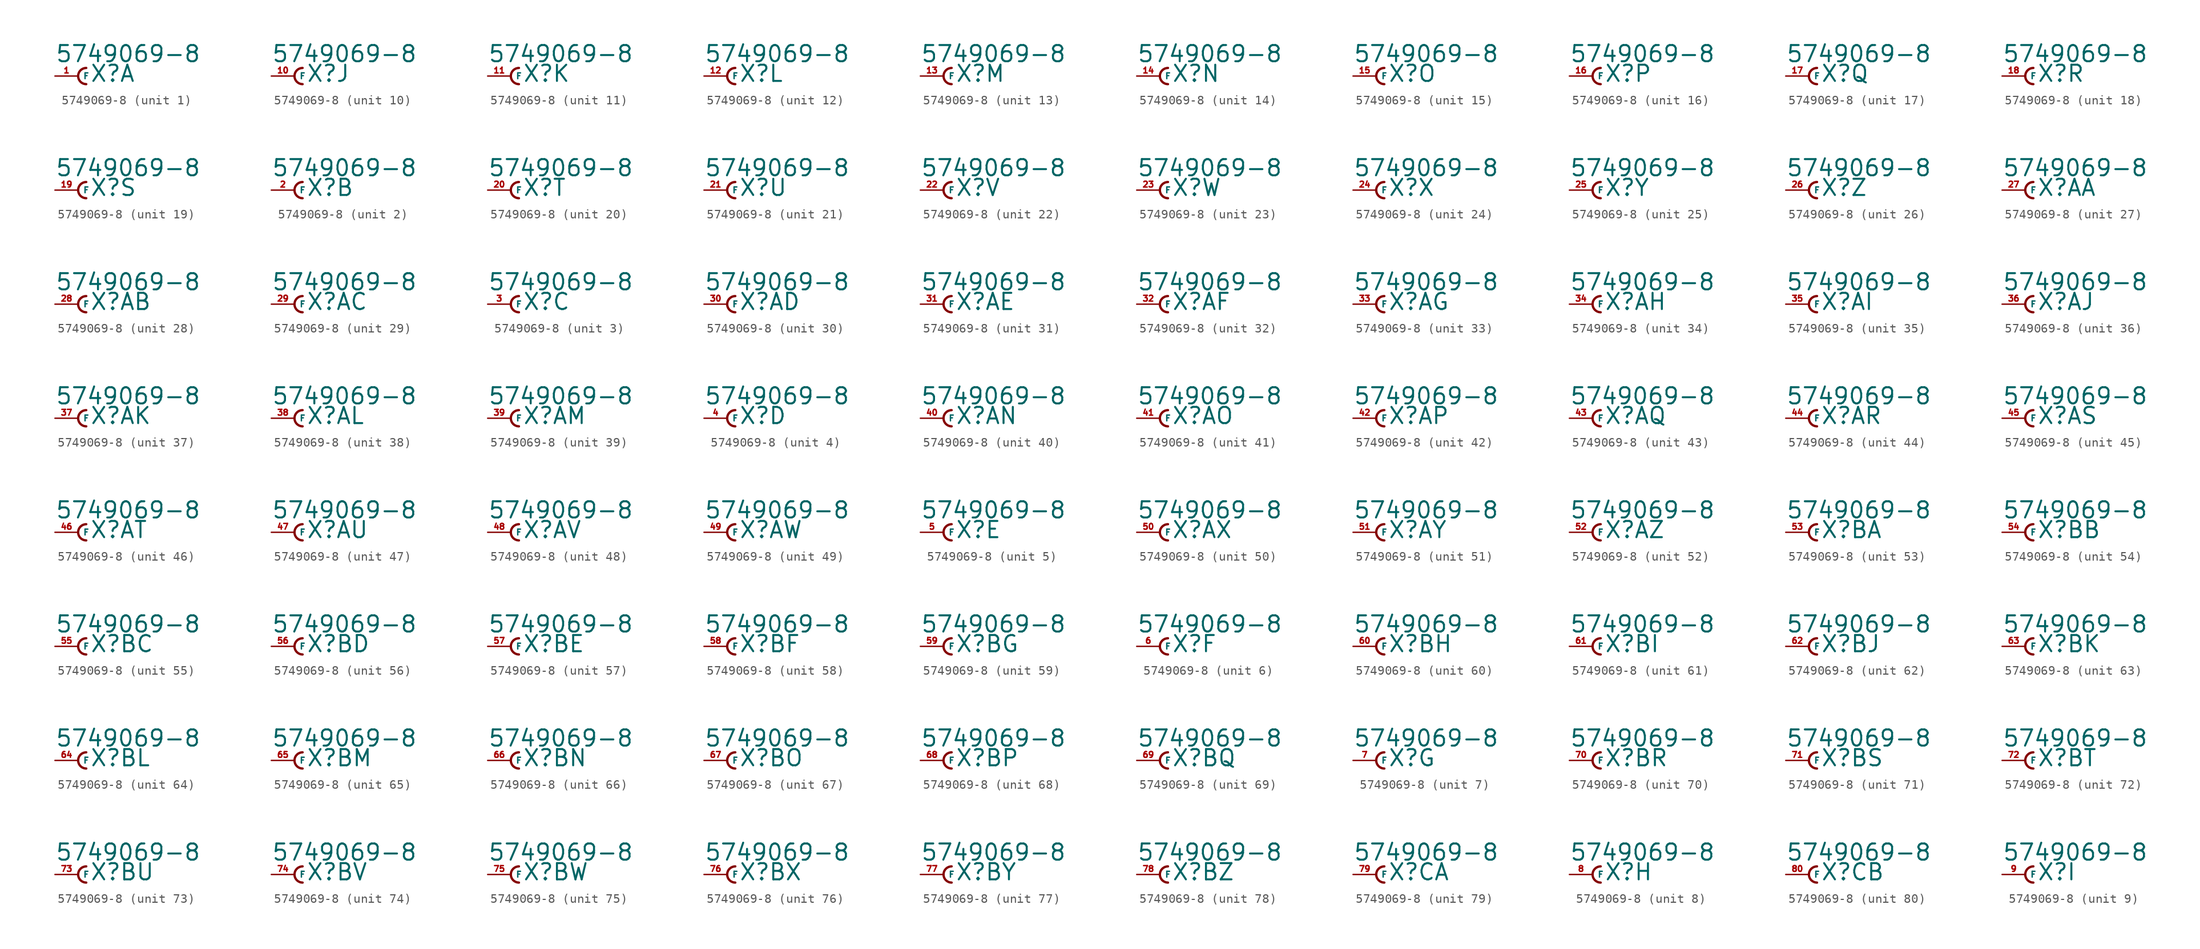
<source format=kicad_sym>
(kicad_symbol_lib
  (version 20220914)
  (generator Eagle2Kicad)
  (symbol "5749069-8"
    (property "Reference" "X"
      (at 1.27 -0.762 0)
      (effects (font (size 1.778 1.778) (thickness 0.22)) (justify left bottom)))
    (property "Value" "5749069-8"
      (at -2.54 1.397 0)
      (effects (font (size 1.778 1.778) (thickness 0.22)) (justify left bottom)))
    (symbol "5749069-8_1_0"
      (arc (start 0.889 0.889) (mid 0.000 0.000) (end 0.889 -0.889) (stroke (width 0.254) (type default)) (fill (type none)))
      (pin passive line (at -2.54 0 0) (length 2.54) (name "F" (effects (font (size 0.635 0.635) (thickness 0.08)) (justify left bottom))) (number "1" (effects (font (size 0.635 0.635) (thickness 0.08)) (justify left bottom)))))
    (symbol "5749069-8_2_0"
      (arc (start 0.889 0.889) (mid 0.000 0.000) (end 0.889 -0.889) (stroke (width 0.254) (type default)) (fill (type none)))
      (pin passive line (at -2.54 0 0) (length 2.54) (name "F" (effects (font (size 0.635 0.635) (thickness 0.08)) (justify left bottom))) (number "2" (effects (font (size 0.635 0.635) (thickness 0.08)) (justify left bottom)))))
    (symbol "5749069-8_3_0"
      (arc (start 0.889 0.889) (mid 0.000 0.000) (end 0.889 -0.889) (stroke (width 0.254) (type default)) (fill (type none)))
      (pin passive line (at -2.54 0 0) (length 2.54) (name "F" (effects (font (size 0.635 0.635) (thickness 0.08)) (justify left bottom))) (number "3" (effects (font (size 0.635 0.635) (thickness 0.08)) (justify left bottom)))))
    (symbol "5749069-8_4_0"
      (arc (start 0.889 0.889) (mid 0.000 0.000) (end 0.889 -0.889) (stroke (width 0.254) (type default)) (fill (type none)))
      (pin passive line (at -2.54 0 0) (length 2.54) (name "F" (effects (font (size 0.635 0.635) (thickness 0.08)) (justify left bottom))) (number "4" (effects (font (size 0.635 0.635) (thickness 0.08)) (justify left bottom)))))
    (symbol "5749069-8_5_0"
      (arc (start 0.889 0.889) (mid 0.000 0.000) (end 0.889 -0.889) (stroke (width 0.254) (type default)) (fill (type none)))
      (pin passive line (at -2.54 0 0) (length 2.54) (name "F" (effects (font (size 0.635 0.635) (thickness 0.08)) (justify left bottom))) (number "5" (effects (font (size 0.635 0.635) (thickness 0.08)) (justify left bottom)))))
    (symbol "5749069-8_6_0"
      (arc (start 0.889 0.889) (mid 0.000 0.000) (end 0.889 -0.889) (stroke (width 0.254) (type default)) (fill (type none)))
      (pin passive line (at -2.54 0 0) (length 2.54) (name "F" (effects (font (size 0.635 0.635) (thickness 0.08)) (justify left bottom))) (number "6" (effects (font (size 0.635 0.635) (thickness 0.08)) (justify left bottom)))))
    (symbol "5749069-8_7_0"
      (arc (start 0.889 0.889) (mid 0.000 0.000) (end 0.889 -0.889) (stroke (width 0.254) (type default)) (fill (type none)))
      (pin passive line (at -2.54 0 0) (length 2.54) (name "F" (effects (font (size 0.635 0.635) (thickness 0.08)) (justify left bottom))) (number "7" (effects (font (size 0.635 0.635) (thickness 0.08)) (justify left bottom)))))
    (symbol "5749069-8_8_0"
      (arc (start 0.889 0.889) (mid 0.000 0.000) (end 0.889 -0.889) (stroke (width 0.254) (type default)) (fill (type none)))
      (pin passive line (at -2.54 0 0) (length 2.54) (name "F" (effects (font (size 0.635 0.635) (thickness 0.08)) (justify left bottom))) (number "8" (effects (font (size 0.635 0.635) (thickness 0.08)) (justify left bottom)))))
    (symbol "5749069-8_9_0"
      (arc (start 0.889 0.889) (mid 0.000 0.000) (end 0.889 -0.889) (stroke (width 0.254) (type default)) (fill (type none)))
      (pin passive line (at -2.54 0 0) (length 2.54) (name "F" (effects (font (size 0.635 0.635) (thickness 0.08)) (justify left bottom))) (number "9" (effects (font (size 0.635 0.635) (thickness 0.08)) (justify left bottom)))))
    (symbol "5749069-8_10_0"
      (arc (start 0.889 0.889) (mid 0.000 0.000) (end 0.889 -0.889) (stroke (width 0.254) (type default)) (fill (type none)))
      (pin passive line (at -2.54 0 0) (length 2.54) (name "F" (effects (font (size 0.635 0.635) (thickness 0.08)) (justify left bottom))) (number "10" (effects (font (size 0.635 0.635) (thickness 0.08)) (justify left bottom)))))
    (symbol "5749069-8_11_0"
      (arc (start 0.889 0.889) (mid 0.000 0.000) (end 0.889 -0.889) (stroke (width 0.254) (type default)) (fill (type none)))
      (pin passive line (at -2.54 0 0) (length 2.54) (name "F" (effects (font (size 0.635 0.635) (thickness 0.08)) (justify left bottom))) (number "11" (effects (font (size 0.635 0.635) (thickness 0.08)) (justify left bottom)))))
    (symbol "5749069-8_12_0"
      (arc (start 0.889 0.889) (mid 0.000 0.000) (end 0.889 -0.889) (stroke (width 0.254) (type default)) (fill (type none)))
      (pin passive line (at -2.54 0 0) (length 2.54) (name "F" (effects (font (size 0.635 0.635) (thickness 0.08)) (justify left bottom))) (number "12" (effects (font (size 0.635 0.635) (thickness 0.08)) (justify left bottom)))))
    (symbol "5749069-8_13_0"
      (arc (start 0.889 0.889) (mid 0.000 0.000) (end 0.889 -0.889) (stroke (width 0.254) (type default)) (fill (type none)))
      (pin passive line (at -2.54 0 0) (length 2.54) (name "F" (effects (font (size 0.635 0.635) (thickness 0.08)) (justify left bottom))) (number "13" (effects (font (size 0.635 0.635) (thickness 0.08)) (justify left bottom)))))
    (symbol "5749069-8_14_0"
      (arc (start 0.889 0.889) (mid 0.000 0.000) (end 0.889 -0.889) (stroke (width 0.254) (type default)) (fill (type none)))
      (pin passive line (at -2.54 0 0) (length 2.54) (name "F" (effects (font (size 0.635 0.635) (thickness 0.08)) (justify left bottom))) (number "14" (effects (font (size 0.635 0.635) (thickness 0.08)) (justify left bottom)))))
    (symbol "5749069-8_15_0"
      (arc (start 0.889 0.889) (mid 0.000 0.000) (end 0.889 -0.889) (stroke (width 0.254) (type default)) (fill (type none)))
      (pin passive line (at -2.54 0 0) (length 2.54) (name "F" (effects (font (size 0.635 0.635) (thickness 0.08)) (justify left bottom))) (number "15" (effects (font (size 0.635 0.635) (thickness 0.08)) (justify left bottom)))))
    (symbol "5749069-8_16_0"
      (arc (start 0.889 0.889) (mid 0.000 0.000) (end 0.889 -0.889) (stroke (width 0.254) (type default)) (fill (type none)))
      (pin passive line (at -2.54 0 0) (length 2.54) (name "F" (effects (font (size 0.635 0.635) (thickness 0.08)) (justify left bottom))) (number "16" (effects (font (size 0.635 0.635) (thickness 0.08)) (justify left bottom)))))
    (symbol "5749069-8_17_0"
      (arc (start 0.889 0.889) (mid 0.000 0.000) (end 0.889 -0.889) (stroke (width 0.254) (type default)) (fill (type none)))
      (pin passive line (at -2.54 0 0) (length 2.54) (name "F" (effects (font (size 0.635 0.635) (thickness 0.08)) (justify left bottom))) (number "17" (effects (font (size 0.635 0.635) (thickness 0.08)) (justify left bottom)))))
    (symbol "5749069-8_18_0"
      (arc (start 0.889 0.889) (mid 0.000 0.000) (end 0.889 -0.889) (stroke (width 0.254) (type default)) (fill (type none)))
      (pin passive line (at -2.54 0 0) (length 2.54) (name "F" (effects (font (size 0.635 0.635) (thickness 0.08)) (justify left bottom))) (number "18" (effects (font (size 0.635 0.635) (thickness 0.08)) (justify left bottom)))))
    (symbol "5749069-8_19_0"
      (arc (start 0.889 0.889) (mid 0.000 0.000) (end 0.889 -0.889) (stroke (width 0.254) (type default)) (fill (type none)))
      (pin passive line (at -2.54 0 0) (length 2.54) (name "F" (effects (font (size 0.635 0.635) (thickness 0.08)) (justify left bottom))) (number "19" (effects (font (size 0.635 0.635) (thickness 0.08)) (justify left bottom)))))
    (symbol "5749069-8_20_0"
      (arc (start 0.889 0.889) (mid 0.000 0.000) (end 0.889 -0.889) (stroke (width 0.254) (type default)) (fill (type none)))
      (pin passive line (at -2.54 0 0) (length 2.54) (name "F" (effects (font (size 0.635 0.635) (thickness 0.08)) (justify left bottom))) (number "20" (effects (font (size 0.635 0.635) (thickness 0.08)) (justify left bottom)))))
    (symbol "5749069-8_21_0"
      (arc (start 0.889 0.889) (mid 0.000 0.000) (end 0.889 -0.889) (stroke (width 0.254) (type default)) (fill (type none)))
      (pin passive line (at -2.54 0 0) (length 2.54) (name "F" (effects (font (size 0.635 0.635) (thickness 0.08)) (justify left bottom))) (number "21" (effects (font (size 0.635 0.635) (thickness 0.08)) (justify left bottom)))))
    (symbol "5749069-8_22_0"
      (arc (start 0.889 0.889) (mid 0.000 0.000) (end 0.889 -0.889) (stroke (width 0.254) (type default)) (fill (type none)))
      (pin passive line (at -2.54 0 0) (length 2.54) (name "F" (effects (font (size 0.635 0.635) (thickness 0.08)) (justify left bottom))) (number "22" (effects (font (size 0.635 0.635) (thickness 0.08)) (justify left bottom)))))
    (symbol "5749069-8_23_0"
      (arc (start 0.889 0.889) (mid 0.000 0.000) (end 0.889 -0.889) (stroke (width 0.254) (type default)) (fill (type none)))
      (pin passive line (at -2.54 0 0) (length 2.54) (name "F" (effects (font (size 0.635 0.635) (thickness 0.08)) (justify left bottom))) (number "23" (effects (font (size 0.635 0.635) (thickness 0.08)) (justify left bottom)))))
    (symbol "5749069-8_24_0"
      (arc (start 0.889 0.889) (mid 0.000 0.000) (end 0.889 -0.889) (stroke (width 0.254) (type default)) (fill (type none)))
      (pin passive line (at -2.54 0 0) (length 2.54) (name "F" (effects (font (size 0.635 0.635) (thickness 0.08)) (justify left bottom))) (number "24" (effects (font (size 0.635 0.635) (thickness 0.08)) (justify left bottom)))))
    (symbol "5749069-8_25_0"
      (arc (start 0.889 0.889) (mid 0.000 0.000) (end 0.889 -0.889) (stroke (width 0.254) (type default)) (fill (type none)))
      (pin passive line (at -2.54 0 0) (length 2.54) (name "F" (effects (font (size 0.635 0.635) (thickness 0.08)) (justify left bottom))) (number "25" (effects (font (size 0.635 0.635) (thickness 0.08)) (justify left bottom)))))
    (symbol "5749069-8_26_0"
      (arc (start 0.889 0.889) (mid 0.000 0.000) (end 0.889 -0.889) (stroke (width 0.254) (type default)) (fill (type none)))
      (pin passive line (at -2.54 0 0) (length 2.54) (name "F" (effects (font (size 0.635 0.635) (thickness 0.08)) (justify left bottom))) (number "26" (effects (font (size 0.635 0.635) (thickness 0.08)) (justify left bottom)))))
    (symbol "5749069-8_27_0"
      (arc (start 0.889 0.889) (mid 0.000 0.000) (end 0.889 -0.889) (stroke (width 0.254) (type default)) (fill (type none)))
      (pin passive line (at -2.54 0 0) (length 2.54) (name "F" (effects (font (size 0.635 0.635) (thickness 0.08)) (justify left bottom))) (number "27" (effects (font (size 0.635 0.635) (thickness 0.08)) (justify left bottom)))))
    (symbol "5749069-8_28_0"
      (arc (start 0.889 0.889) (mid 0.000 0.000) (end 0.889 -0.889) (stroke (width 0.254) (type default)) (fill (type none)))
      (pin passive line (at -2.54 0 0) (length 2.54) (name "F" (effects (font (size 0.635 0.635) (thickness 0.08)) (justify left bottom))) (number "28" (effects (font (size 0.635 0.635) (thickness 0.08)) (justify left bottom)))))
    (symbol "5749069-8_29_0"
      (arc (start 0.889 0.889) (mid 0.000 0.000) (end 0.889 -0.889) (stroke (width 0.254) (type default)) (fill (type none)))
      (pin passive line (at -2.54 0 0) (length 2.54) (name "F" (effects (font (size 0.635 0.635) (thickness 0.08)) (justify left bottom))) (number "29" (effects (font (size 0.635 0.635) (thickness 0.08)) (justify left bottom)))))
    (symbol "5749069-8_30_0"
      (arc (start 0.889 0.889) (mid 0.000 0.000) (end 0.889 -0.889) (stroke (width 0.254) (type default)) (fill (type none)))
      (pin passive line (at -2.54 0 0) (length 2.54) (name "F" (effects (font (size 0.635 0.635) (thickness 0.08)) (justify left bottom))) (number "30" (effects (font (size 0.635 0.635) (thickness 0.08)) (justify left bottom)))))
    (symbol "5749069-8_31_0"
      (arc (start 0.889 0.889) (mid 0.000 0.000) (end 0.889 -0.889) (stroke (width 0.254) (type default)) (fill (type none)))
      (pin passive line (at -2.54 0 0) (length 2.54) (name "F" (effects (font (size 0.635 0.635) (thickness 0.08)) (justify left bottom))) (number "31" (effects (font (size 0.635 0.635) (thickness 0.08)) (justify left bottom)))))
    (symbol "5749069-8_32_0"
      (arc (start 0.889 0.889) (mid 0.000 0.000) (end 0.889 -0.889) (stroke (width 0.254) (type default)) (fill (type none)))
      (pin passive line (at -2.54 0 0) (length 2.54) (name "F" (effects (font (size 0.635 0.635) (thickness 0.08)) (justify left bottom))) (number "32" (effects (font (size 0.635 0.635) (thickness 0.08)) (justify left bottom)))))
    (symbol "5749069-8_33_0"
      (arc (start 0.889 0.889) (mid 0.000 0.000) (end 0.889 -0.889) (stroke (width 0.254) (type default)) (fill (type none)))
      (pin passive line (at -2.54 0 0) (length 2.54) (name "F" (effects (font (size 0.635 0.635) (thickness 0.08)) (justify left bottom))) (number "33" (effects (font (size 0.635 0.635) (thickness 0.08)) (justify left bottom)))))
    (symbol "5749069-8_34_0"
      (arc (start 0.889 0.889) (mid 0.000 0.000) (end 0.889 -0.889) (stroke (width 0.254) (type default)) (fill (type none)))
      (pin passive line (at -2.54 0 0) (length 2.54) (name "F" (effects (font (size 0.635 0.635) (thickness 0.08)) (justify left bottom))) (number "34" (effects (font (size 0.635 0.635) (thickness 0.08)) (justify left bottom)))))
    (symbol "5749069-8_35_0"
      (arc (start 0.889 0.889) (mid 0.000 0.000) (end 0.889 -0.889) (stroke (width 0.254) (type default)) (fill (type none)))
      (pin passive line (at -2.54 0 0) (length 2.54) (name "F" (effects (font (size 0.635 0.635) (thickness 0.08)) (justify left bottom))) (number "35" (effects (font (size 0.635 0.635) (thickness 0.08)) (justify left bottom)))))
    (symbol "5749069-8_36_0"
      (arc (start 0.889 0.889) (mid 0.000 0.000) (end 0.889 -0.889) (stroke (width 0.254) (type default)) (fill (type none)))
      (pin passive line (at -2.54 0 0) (length 2.54) (name "F" (effects (font (size 0.635 0.635) (thickness 0.08)) (justify left bottom))) (number "36" (effects (font (size 0.635 0.635) (thickness 0.08)) (justify left bottom)))))
    (symbol "5749069-8_37_0"
      (arc (start 0.889 0.889) (mid 0.000 0.000) (end 0.889 -0.889) (stroke (width 0.254) (type default)) (fill (type none)))
      (pin passive line (at -2.54 0 0) (length 2.54) (name "F" (effects (font (size 0.635 0.635) (thickness 0.08)) (justify left bottom))) (number "37" (effects (font (size 0.635 0.635) (thickness 0.08)) (justify left bottom)))))
    (symbol "5749069-8_38_0"
      (arc (start 0.889 0.889) (mid 0.000 0.000) (end 0.889 -0.889) (stroke (width 0.254) (type default)) (fill (type none)))
      (pin passive line (at -2.54 0 0) (length 2.54) (name "F" (effects (font (size 0.635 0.635) (thickness 0.08)) (justify left bottom))) (number "38" (effects (font (size 0.635 0.635) (thickness 0.08)) (justify left bottom)))))
    (symbol "5749069-8_39_0"
      (arc (start 0.889 0.889) (mid 0.000 0.000) (end 0.889 -0.889) (stroke (width 0.254) (type default)) (fill (type none)))
      (pin passive line (at -2.54 0 0) (length 2.54) (name "F" (effects (font (size 0.635 0.635) (thickness 0.08)) (justify left bottom))) (number "39" (effects (font (size 0.635 0.635) (thickness 0.08)) (justify left bottom)))))
    (symbol "5749069-8_40_0"
      (arc (start 0.889 0.889) (mid 0.000 0.000) (end 0.889 -0.889) (stroke (width 0.254) (type default)) (fill (type none)))
      (pin passive line (at -2.54 0 0) (length 2.54) (name "F" (effects (font (size 0.635 0.635) (thickness 0.08)) (justify left bottom))) (number "40" (effects (font (size 0.635 0.635) (thickness 0.08)) (justify left bottom)))))
    (symbol "5749069-8_41_0"
      (arc (start 0.889 0.889) (mid 0.000 0.000) (end 0.889 -0.889) (stroke (width 0.254) (type default)) (fill (type none)))
      (pin passive line (at -2.54 0 0) (length 2.54) (name "F" (effects (font (size 0.635 0.635) (thickness 0.08)) (justify left bottom))) (number "41" (effects (font (size 0.635 0.635) (thickness 0.08)) (justify left bottom)))))
    (symbol "5749069-8_42_0"
      (arc (start 0.889 0.889) (mid 0.000 0.000) (end 0.889 -0.889) (stroke (width 0.254) (type default)) (fill (type none)))
      (pin passive line (at -2.54 0 0) (length 2.54) (name "F" (effects (font (size 0.635 0.635) (thickness 0.08)) (justify left bottom))) (number "42" (effects (font (size 0.635 0.635) (thickness 0.08)) (justify left bottom)))))
    (symbol "5749069-8_43_0"
      (arc (start 0.889 0.889) (mid 0.000 0.000) (end 0.889 -0.889) (stroke (width 0.254) (type default)) (fill (type none)))
      (pin passive line (at -2.54 0 0) (length 2.54) (name "F" (effects (font (size 0.635 0.635) (thickness 0.08)) (justify left bottom))) (number "43" (effects (font (size 0.635 0.635) (thickness 0.08)) (justify left bottom)))))
    (symbol "5749069-8_44_0"
      (arc (start 0.889 0.889) (mid 0.000 0.000) (end 0.889 -0.889) (stroke (width 0.254) (type default)) (fill (type none)))
      (pin passive line (at -2.54 0 0) (length 2.54) (name "F" (effects (font (size 0.635 0.635) (thickness 0.08)) (justify left bottom))) (number "44" (effects (font (size 0.635 0.635) (thickness 0.08)) (justify left bottom)))))
    (symbol "5749069-8_45_0"
      (arc (start 0.889 0.889) (mid 0.000 0.000) (end 0.889 -0.889) (stroke (width 0.254) (type default)) (fill (type none)))
      (pin passive line (at -2.54 0 0) (length 2.54) (name "F" (effects (font (size 0.635 0.635) (thickness 0.08)) (justify left bottom))) (number "45" (effects (font (size 0.635 0.635) (thickness 0.08)) (justify left bottom)))))
    (symbol "5749069-8_46_0"
      (arc (start 0.889 0.889) (mid 0.000 0.000) (end 0.889 -0.889) (stroke (width 0.254) (type default)) (fill (type none)))
      (pin passive line (at -2.54 0 0) (length 2.54) (name "F" (effects (font (size 0.635 0.635) (thickness 0.08)) (justify left bottom))) (number "46" (effects (font (size 0.635 0.635) (thickness 0.08)) (justify left bottom)))))
    (symbol "5749069-8_47_0"
      (arc (start 0.889 0.889) (mid 0.000 0.000) (end 0.889 -0.889) (stroke (width 0.254) (type default)) (fill (type none)))
      (pin passive line (at -2.54 0 0) (length 2.54) (name "F" (effects (font (size 0.635 0.635) (thickness 0.08)) (justify left bottom))) (number "47" (effects (font (size 0.635 0.635) (thickness 0.08)) (justify left bottom)))))
    (symbol "5749069-8_48_0"
      (arc (start 0.889 0.889) (mid 0.000 0.000) (end 0.889 -0.889) (stroke (width 0.254) (type default)) (fill (type none)))
      (pin passive line (at -2.54 0 0) (length 2.54) (name "F" (effects (font (size 0.635 0.635) (thickness 0.08)) (justify left bottom))) (number "48" (effects (font (size 0.635 0.635) (thickness 0.08)) (justify left bottom)))))
    (symbol "5749069-8_49_0"
      (arc (start 0.889 0.889) (mid 0.000 0.000) (end 0.889 -0.889) (stroke (width 0.254) (type default)) (fill (type none)))
      (pin passive line (at -2.54 0 0) (length 2.54) (name "F" (effects (font (size 0.635 0.635) (thickness 0.08)) (justify left bottom))) (number "49" (effects (font (size 0.635 0.635) (thickness 0.08)) (justify left bottom)))))
    (symbol "5749069-8_50_0"
      (arc (start 0.889 0.889) (mid 0.000 0.000) (end 0.889 -0.889) (stroke (width 0.254) (type default)) (fill (type none)))
      (pin passive line (at -2.54 0 0) (length 2.54) (name "F" (effects (font (size 0.635 0.635) (thickness 0.08)) (justify left bottom))) (number "50" (effects (font (size 0.635 0.635) (thickness 0.08)) (justify left bottom)))))
    (symbol "5749069-8_51_0"
      (arc (start 0.889 0.889) (mid 0.000 0.000) (end 0.889 -0.889) (stroke (width 0.254) (type default)) (fill (type none)))
      (pin passive line (at -2.54 0 0) (length 2.54) (name "F" (effects (font (size 0.635 0.635) (thickness 0.08)) (justify left bottom))) (number "51" (effects (font (size 0.635 0.635) (thickness 0.08)) (justify left bottom)))))
    (symbol "5749069-8_52_0"
      (arc (start 0.889 0.889) (mid 0.000 0.000) (end 0.889 -0.889) (stroke (width 0.254) (type default)) (fill (type none)))
      (pin passive line (at -2.54 0 0) (length 2.54) (name "F" (effects (font (size 0.635 0.635) (thickness 0.08)) (justify left bottom))) (number "52" (effects (font (size 0.635 0.635) (thickness 0.08)) (justify left bottom)))))
    (symbol "5749069-8_53_0"
      (arc (start 0.889 0.889) (mid 0.000 0.000) (end 0.889 -0.889) (stroke (width 0.254) (type default)) (fill (type none)))
      (pin passive line (at -2.54 0 0) (length 2.54) (name "F" (effects (font (size 0.635 0.635) (thickness 0.08)) (justify left bottom))) (number "53" (effects (font (size 0.635 0.635) (thickness 0.08)) (justify left bottom)))))
    (symbol "5749069-8_54_0"
      (arc (start 0.889 0.889) (mid 0.000 0.000) (end 0.889 -0.889) (stroke (width 0.254) (type default)) (fill (type none)))
      (pin passive line (at -2.54 0 0) (length 2.54) (name "F" (effects (font (size 0.635 0.635) (thickness 0.08)) (justify left bottom))) (number "54" (effects (font (size 0.635 0.635) (thickness 0.08)) (justify left bottom)))))
    (symbol "5749069-8_55_0"
      (arc (start 0.889 0.889) (mid 0.000 0.000) (end 0.889 -0.889) (stroke (width 0.254) (type default)) (fill (type none)))
      (pin passive line (at -2.54 0 0) (length 2.54) (name "F" (effects (font (size 0.635 0.635) (thickness 0.08)) (justify left bottom))) (number "55" (effects (font (size 0.635 0.635) (thickness 0.08)) (justify left bottom)))))
    (symbol "5749069-8_56_0"
      (arc (start 0.889 0.889) (mid 0.000 0.000) (end 0.889 -0.889) (stroke (width 0.254) (type default)) (fill (type none)))
      (pin passive line (at -2.54 0 0) (length 2.54) (name "F" (effects (font (size 0.635 0.635) (thickness 0.08)) (justify left bottom))) (number "56" (effects (font (size 0.635 0.635) (thickness 0.08)) (justify left bottom)))))
    (symbol "5749069-8_57_0"
      (arc (start 0.889 0.889) (mid 0.000 0.000) (end 0.889 -0.889) (stroke (width 0.254) (type default)) (fill (type none)))
      (pin passive line (at -2.54 0 0) (length 2.54) (name "F" (effects (font (size 0.635 0.635) (thickness 0.08)) (justify left bottom))) (number "57" (effects (font (size 0.635 0.635) (thickness 0.08)) (justify left bottom)))))
    (symbol "5749069-8_58_0"
      (arc (start 0.889 0.889) (mid 0.000 0.000) (end 0.889 -0.889) (stroke (width 0.254) (type default)) (fill (type none)))
      (pin passive line (at -2.54 0 0) (length 2.54) (name "F" (effects (font (size 0.635 0.635) (thickness 0.08)) (justify left bottom))) (number "58" (effects (font (size 0.635 0.635) (thickness 0.08)) (justify left bottom)))))
    (symbol "5749069-8_59_0"
      (arc (start 0.889 0.889) (mid 0.000 0.000) (end 0.889 -0.889) (stroke (width 0.254) (type default)) (fill (type none)))
      (pin passive line (at -2.54 0 0) (length 2.54) (name "F" (effects (font (size 0.635 0.635) (thickness 0.08)) (justify left bottom))) (number "59" (effects (font (size 0.635 0.635) (thickness 0.08)) (justify left bottom)))))
    (symbol "5749069-8_60_0"
      (arc (start 0.889 0.889) (mid 0.000 0.000) (end 0.889 -0.889) (stroke (width 0.254) (type default)) (fill (type none)))
      (pin passive line (at -2.54 0 0) (length 2.54) (name "F" (effects (font (size 0.635 0.635) (thickness 0.08)) (justify left bottom))) (number "60" (effects (font (size 0.635 0.635) (thickness 0.08)) (justify left bottom)))))
    (symbol "5749069-8_61_0"
      (arc (start 0.889 0.889) (mid 0.000 0.000) (end 0.889 -0.889) (stroke (width 0.254) (type default)) (fill (type none)))
      (pin passive line (at -2.54 0 0) (length 2.54) (name "F" (effects (font (size 0.635 0.635) (thickness 0.08)) (justify left bottom))) (number "61" (effects (font (size 0.635 0.635) (thickness 0.08)) (justify left bottom)))))
    (symbol "5749069-8_62_0"
      (arc (start 0.889 0.889) (mid 0.000 0.000) (end 0.889 -0.889) (stroke (width 0.254) (type default)) (fill (type none)))
      (pin passive line (at -2.54 0 0) (length 2.54) (name "F" (effects (font (size 0.635 0.635) (thickness 0.08)) (justify left bottom))) (number "62" (effects (font (size 0.635 0.635) (thickness 0.08)) (justify left bottom)))))
    (symbol "5749069-8_63_0"
      (arc (start 0.889 0.889) (mid 0.000 0.000) (end 0.889 -0.889) (stroke (width 0.254) (type default)) (fill (type none)))
      (pin passive line (at -2.54 0 0) (length 2.54) (name "F" (effects (font (size 0.635 0.635) (thickness 0.08)) (justify left bottom))) (number "63" (effects (font (size 0.635 0.635) (thickness 0.08)) (justify left bottom)))))
    (symbol "5749069-8_64_0"
      (arc (start 0.889 0.889) (mid 0.000 0.000) (end 0.889 -0.889) (stroke (width 0.254) (type default)) (fill (type none)))
      (pin passive line (at -2.54 0 0) (length 2.54) (name "F" (effects (font (size 0.635 0.635) (thickness 0.08)) (justify left bottom))) (number "64" (effects (font (size 0.635 0.635) (thickness 0.08)) (justify left bottom)))))
    (symbol "5749069-8_65_0"
      (arc (start 0.889 0.889) (mid 0.000 0.000) (end 0.889 -0.889) (stroke (width 0.254) (type default)) (fill (type none)))
      (pin passive line (at -2.54 0 0) (length 2.54) (name "F" (effects (font (size 0.635 0.635) (thickness 0.08)) (justify left bottom))) (number "65" (effects (font (size 0.635 0.635) (thickness 0.08)) (justify left bottom)))))
    (symbol "5749069-8_66_0"
      (arc (start 0.889 0.889) (mid 0.000 0.000) (end 0.889 -0.889) (stroke (width 0.254) (type default)) (fill (type none)))
      (pin passive line (at -2.54 0 0) (length 2.54) (name "F" (effects (font (size 0.635 0.635) (thickness 0.08)) (justify left bottom))) (number "66" (effects (font (size 0.635 0.635) (thickness 0.08)) (justify left bottom)))))
    (symbol "5749069-8_67_0"
      (arc (start 0.889 0.889) (mid 0.000 0.000) (end 0.889 -0.889) (stroke (width 0.254) (type default)) (fill (type none)))
      (pin passive line (at -2.54 0 0) (length 2.54) (name "F" (effects (font (size 0.635 0.635) (thickness 0.08)) (justify left bottom))) (number "67" (effects (font (size 0.635 0.635) (thickness 0.08)) (justify left bottom)))))
    (symbol "5749069-8_68_0"
      (arc (start 0.889 0.889) (mid 0.000 0.000) (end 0.889 -0.889) (stroke (width 0.254) (type default)) (fill (type none)))
      (pin passive line (at -2.54 0 0) (length 2.54) (name "F" (effects (font (size 0.635 0.635) (thickness 0.08)) (justify left bottom))) (number "68" (effects (font (size 0.635 0.635) (thickness 0.08)) (justify left bottom)))))
    (symbol "5749069-8_69_0"
      (arc (start 0.889 0.889) (mid 0.000 0.000) (end 0.889 -0.889) (stroke (width 0.254) (type default)) (fill (type none)))
      (pin passive line (at -2.54 0 0) (length 2.54) (name "F" (effects (font (size 0.635 0.635) (thickness 0.08)) (justify left bottom))) (number "69" (effects (font (size 0.635 0.635) (thickness 0.08)) (justify left bottom)))))
    (symbol "5749069-8_70_0"
      (arc (start 0.889 0.889) (mid 0.000 0.000) (end 0.889 -0.889) (stroke (width 0.254) (type default)) (fill (type none)))
      (pin passive line (at -2.54 0 0) (length 2.54) (name "F" (effects (font (size 0.635 0.635) (thickness 0.08)) (justify left bottom))) (number "70" (effects (font (size 0.635 0.635) (thickness 0.08)) (justify left bottom)))))
    (symbol "5749069-8_71_0"
      (arc (start 0.889 0.889) (mid 0.000 0.000) (end 0.889 -0.889) (stroke (width 0.254) (type default)) (fill (type none)))
      (pin passive line (at -2.54 0 0) (length 2.54) (name "F" (effects (font (size 0.635 0.635) (thickness 0.08)) (justify left bottom))) (number "71" (effects (font (size 0.635 0.635) (thickness 0.08)) (justify left bottom)))))
    (symbol "5749069-8_72_0"
      (arc (start 0.889 0.889) (mid 0.000 0.000) (end 0.889 -0.889) (stroke (width 0.254) (type default)) (fill (type none)))
      (pin passive line (at -2.54 0 0) (length 2.54) (name "F" (effects (font (size 0.635 0.635) (thickness 0.08)) (justify left bottom))) (number "72" (effects (font (size 0.635 0.635) (thickness 0.08)) (justify left bottom)))))
    (symbol "5749069-8_73_0"
      (arc (start 0.889 0.889) (mid 0.000 0.000) (end 0.889 -0.889) (stroke (width 0.254) (type default)) (fill (type none)))
      (pin passive line (at -2.54 0 0) (length 2.54) (name "F" (effects (font (size 0.635 0.635) (thickness 0.08)) (justify left bottom))) (number "73" (effects (font (size 0.635 0.635) (thickness 0.08)) (justify left bottom)))))
    (symbol "5749069-8_74_0"
      (arc (start 0.889 0.889) (mid 0.000 0.000) (end 0.889 -0.889) (stroke (width 0.254) (type default)) (fill (type none)))
      (pin passive line (at -2.54 0 0) (length 2.54) (name "F" (effects (font (size 0.635 0.635) (thickness 0.08)) (justify left bottom))) (number "74" (effects (font (size 0.635 0.635) (thickness 0.08)) (justify left bottom)))))
    (symbol "5749069-8_75_0"
      (arc (start 0.889 0.889) (mid 0.000 0.000) (end 0.889 -0.889) (stroke (width 0.254) (type default)) (fill (type none)))
      (pin passive line (at -2.54 0 0) (length 2.54) (name "F" (effects (font (size 0.635 0.635) (thickness 0.08)) (justify left bottom))) (number "75" (effects (font (size 0.635 0.635) (thickness 0.08)) (justify left bottom)))))
    (symbol "5749069-8_76_0"
      (arc (start 0.889 0.889) (mid 0.000 0.000) (end 0.889 -0.889) (stroke (width 0.254) (type default)) (fill (type none)))
      (pin passive line (at -2.54 0 0) (length 2.54) (name "F" (effects (font (size 0.635 0.635) (thickness 0.08)) (justify left bottom))) (number "76" (effects (font (size 0.635 0.635) (thickness 0.08)) (justify left bottom)))))
    (symbol "5749069-8_77_0"
      (arc (start 0.889 0.889) (mid 0.000 0.000) (end 0.889 -0.889) (stroke (width 0.254) (type default)) (fill (type none)))
      (pin passive line (at -2.54 0 0) (length 2.54) (name "F" (effects (font (size 0.635 0.635) (thickness 0.08)) (justify left bottom))) (number "77" (effects (font (size 0.635 0.635) (thickness 0.08)) (justify left bottom)))))
    (symbol "5749069-8_78_0"
      (arc (start 0.889 0.889) (mid 0.000 0.000) (end 0.889 -0.889) (stroke (width 0.254) (type default)) (fill (type none)))
      (pin passive line (at -2.54 0 0) (length 2.54) (name "F" (effects (font (size 0.635 0.635) (thickness 0.08)) (justify left bottom))) (number "78" (effects (font (size 0.635 0.635) (thickness 0.08)) (justify left bottom)))))
    (symbol "5749069-8_79_0"
      (arc (start 0.889 0.889) (mid 0.000 0.000) (end 0.889 -0.889) (stroke (width 0.254) (type default)) (fill (type none)))
      (pin passive line (at -2.54 0 0) (length 2.54) (name "F" (effects (font (size 0.635 0.635) (thickness 0.08)) (justify left bottom))) (number "79" (effects (font (size 0.635 0.635) (thickness 0.08)) (justify left bottom)))))
    (symbol "5749069-8_80_0"
      (arc (start 0.889 0.889) (mid 0.000 0.000) (end 0.889 -0.889) (stroke (width 0.254) (type default)) (fill (type none)))
      (pin passive line (at -2.54 0 0) (length 2.54) (name "F" (effects (font (size 0.635 0.635) (thickness 0.08)) (justify left bottom))) (number "80" (effects (font (size 0.635 0.635) (thickness 0.08)) (justify left bottom)))))))
</source>
